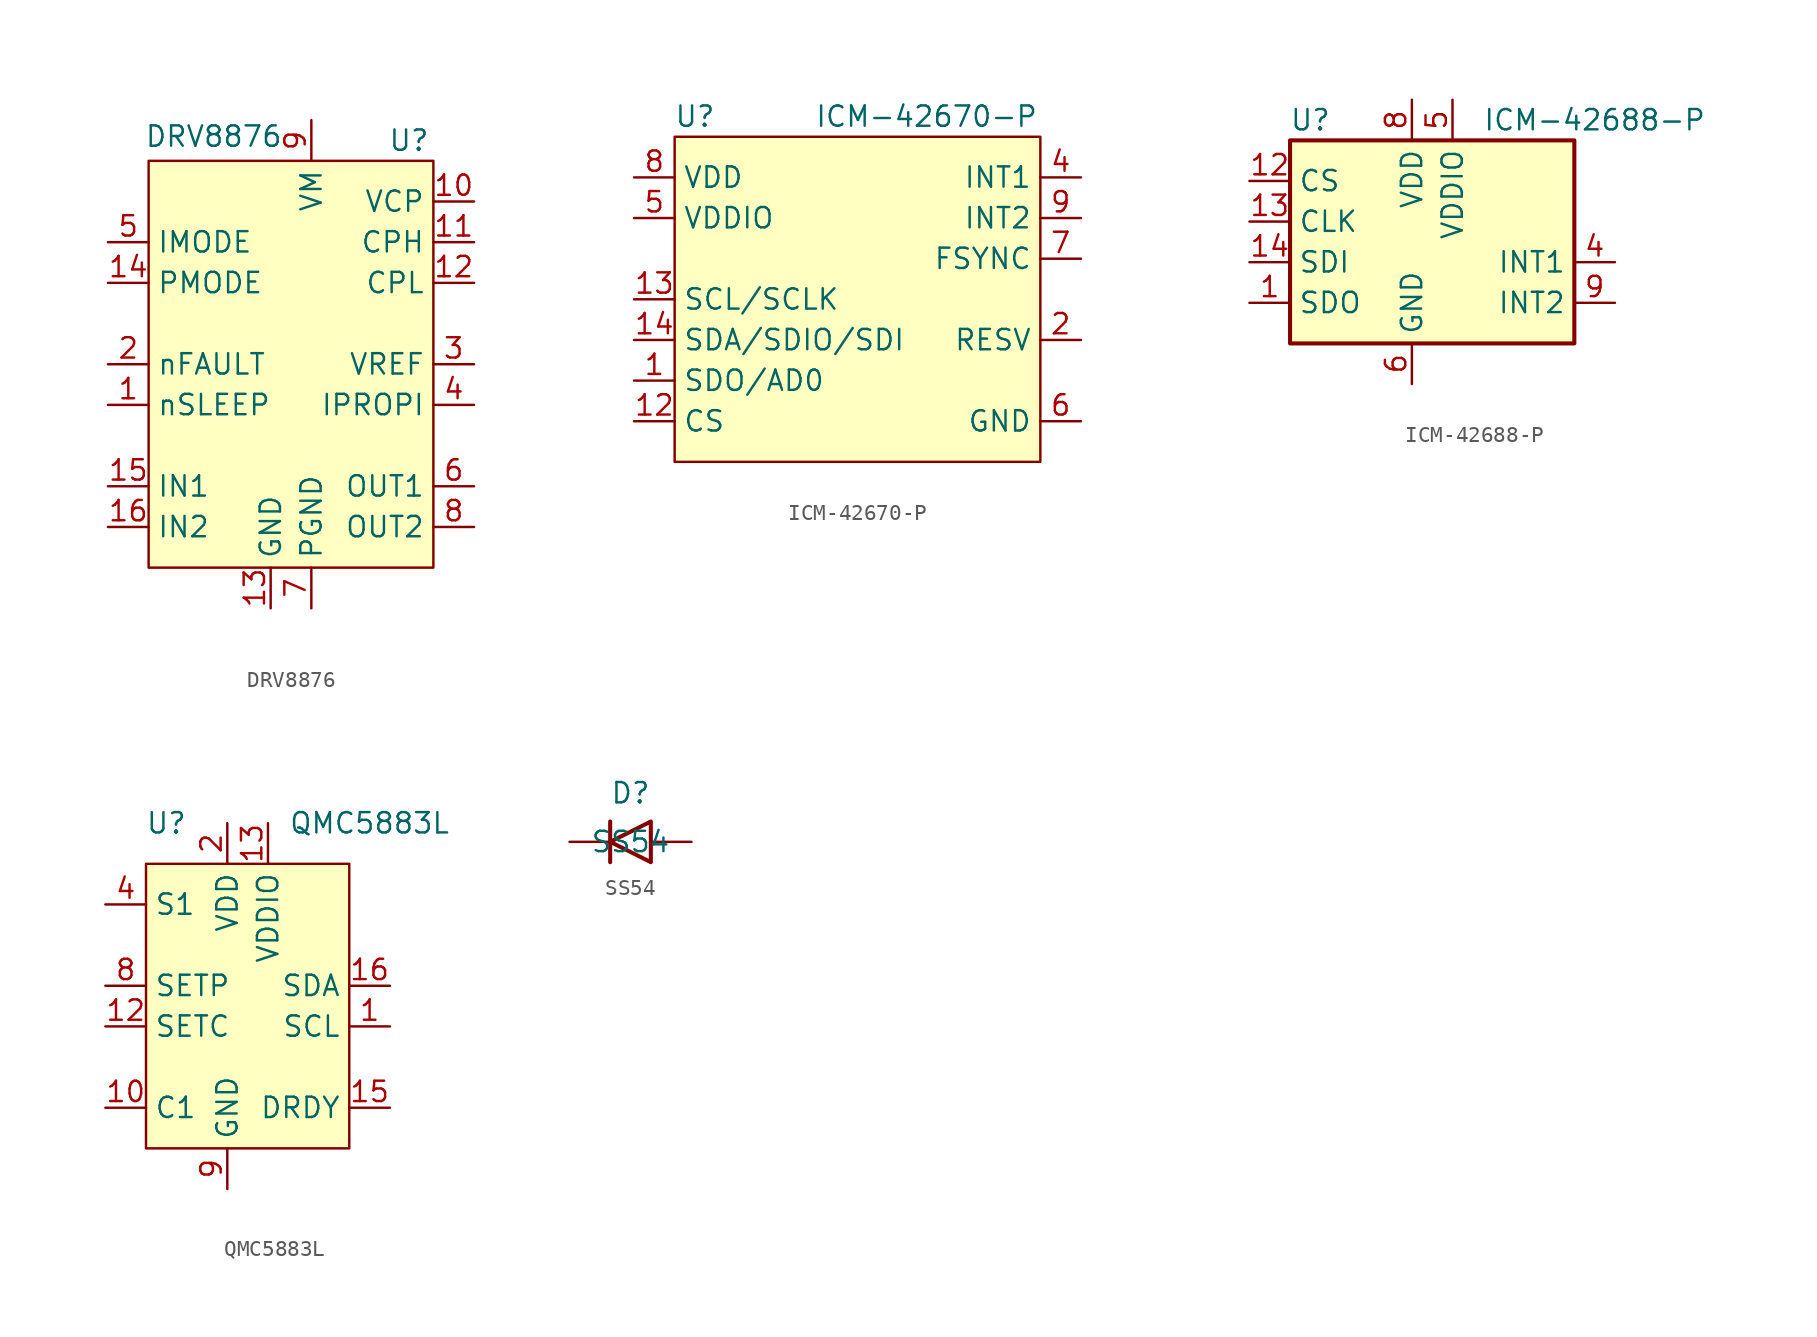
<source format=kicad_sym>
(kicad_symbol_lib
  (version 20231120)
  (generator "kicad_symbol_editor")
  (generator_version "8.0")
  (symbol "DRV8876"
    (property "Reference" "U"
      (at 16.256 3.81 0)
      (effects (font (size 1.27 1.27))))
    (property "Value" "DRV8876"
      (at 4.064 4.064 0)
      (effects (font (size 1.27 1.27))))
    (symbol "DRV8876_1_1"
      (rectangle (start 0 2.54) (end 17.78 -22.86) (stroke (width 0) (type default)) (fill (type background)))
      (pin input line (at -2.54 -12.7 0) (length 2.54) (name "nSLEEP" (effects (font (size 1.27 1.27)))) (number "1" (effects (font (size 1.27 1.27)))))
      (pin power_out line (at 20.32 0 180) (length 2.54) (name "VCP" (effects (font (size 1.27 1.27)))) (number "10" (effects (font (size 1.27 1.27)))))
      (pin passive line (at 20.32 -2.54 180) (length 2.54) (name "CPH" (effects (font (size 1.27 1.27)))) (number "11" (effects (font (size 1.27 1.27)))))
      (pin passive line (at 20.32 -5.08 180) (length 2.54) (name "CPL" (effects (font (size 1.27 1.27)))) (number "12" (effects (font (size 1.27 1.27)))))
      (pin power_in line (at 7.62 -25.4 90) (length 2.54) (name "GND" (effects (font (size 1.27 1.27)))) (number "13" (effects (font (size 1.27 1.27)))))
      (pin input line (at -2.54 -5.08 0) (length 2.54) (name "PMODE" (effects (font (size 1.27 1.27)))) (number "14" (effects (font (size 1.27 1.27)))))
      (pin input line (at -2.54 -17.78 0) (length 2.54) (name "IN1" (effects (font (size 1.27 1.27)))) (number "15" (effects (font (size 1.27 1.27)))))
      (pin input line (at -2.54 -20.32 0) (length 2.54) (name "IN2" (effects (font (size 1.27 1.27)))) (number "16" (effects (font (size 1.27 1.27)))))
      (pin passive line (at 7.62 -25.4 90) (length 2.54) hide (name "PAD" (effects (font (size 1.27 1.27)))) (number "17" (effects (font (size 1.27 1.27)))))
      (pin open_collector line (at -2.54 -10.16 0) (length 2.54) (name "nFAULT" (effects (font (size 1.27 1.27)))) (number "2" (effects (font (size 1.27 1.27)))))
      (pin input line (at 20.32 -10.16 180) (length 2.54) (name "VREF" (effects (font (size 1.27 1.27)))) (number "3" (effects (font (size 1.27 1.27)))))
      (pin output line (at 20.32 -12.7 180) (length 2.54) (name "IPROPI" (effects (font (size 1.27 1.27)))) (number "4" (effects (font (size 1.27 1.27)))))
      (pin input line (at -2.54 -2.54 0) (length 2.54) (name "IMODE" (effects (font (size 1.27 1.27)))) (number "5" (effects (font (size 1.27 1.27)))))
      (pin output line (at 20.32 -17.78 180) (length 2.54) (name "OUT1" (effects (font (size 1.27 1.27)))) (number "6" (effects (font (size 1.27 1.27)))))
      (pin power_in line (at 10.16 -25.4 90) (length 2.54) (name "PGND" (effects (font (size 1.27 1.27)))) (number "7" (effects (font (size 1.27 1.27)))))
      (pin output line (at 20.32 -20.32 180) (length 2.54) (name "OUT2" (effects (font (size 1.27 1.27)))) (number "8" (effects (font (size 1.27 1.27)))))
      (pin power_in line (at 10.16 5.08 270) (length 2.54) (name "VM" (effects (font (size 1.27 1.27)))) (number "9" (effects (font (size 1.27 1.27)))))))
  (symbol "ICM-42670-P"
    (property "Reference" "U"
      (at 1.27 1.27 0)
      (effects (font (size 1.27 1.27))))
    (property "Value" "ICM-42670-P"
      (at 15.748 1.27 0)
      (effects (font (size 1.27 1.27))))
    (symbol "ICM-42670-P_1_1"
      (rectangle (start 0 0) (end 22.86 -20.32) (stroke (width 0) (type default)) (fill (type background)))
      (pin bidirectional line (at -2.54 -15.24 0) (length 2.54) (name "SDO/AD0" (effects (font (size 1.27 1.27)))) (number "1" (effects (font (size 1.27 1.27)))))
      (pin passive line (at 25.4 -12.7 180) (length 2.54) hide (name "RESV" (effects (font (size 1.27 1.27)))) (number "10" (effects (font (size 1.27 1.27)))))
      (pin passive line (at 25.4 -12.7 180) (length 2.54) hide (name "RESV" (effects (font (size 1.27 1.27)))) (number "11" (effects (font (size 1.27 1.27)))))
      (pin input line (at -2.54 -17.78 0) (length 2.54) (name "CS" (effects (font (size 1.27 1.27)))) (number "12" (effects (font (size 1.27 1.27)))))
      (pin input line (at -2.54 -10.16 0) (length 2.54) (name "SCL/SCLK" (effects (font (size 1.27 1.27)))) (number "13" (effects (font (size 1.27 1.27)))))
      (pin bidirectional line (at -2.54 -12.7 0) (length 2.54) (name "SDA/SDIO/SDI" (effects (font (size 1.27 1.27)))) (number "14" (effects (font (size 1.27 1.27)))))
      (pin passive line (at 25.4 -12.7 180) (length 2.54) (name "RESV" (effects (font (size 1.27 1.27)))) (number "2" (effects (font (size 1.27 1.27)))))
      (pin passive line (at 25.4 -12.7 180) (length 2.54) hide (name "RESV" (effects (font (size 1.27 1.27)))) (number "3" (effects (font (size 1.27 1.27)))))
      (pin output line (at 25.4 -2.54 180) (length 2.54) (name "INT1" (effects (font (size 1.27 1.27)))) (number "4" (effects (font (size 1.27 1.27)))))
      (pin input line (at -2.54 -5.08 0) (length 2.54) (name "VDDIO" (effects (font (size 1.27 1.27)))) (number "5" (effects (font (size 1.27 1.27)))))
      (pin power_in line (at 25.4 -17.78 180) (length 2.54) (name "GND" (effects (font (size 1.27 1.27)))) (number "6" (effects (font (size 1.27 1.27)))))
      (pin input line (at 25.4 -7.62 180) (length 2.54) (name "FSYNC" (effects (font (size 1.27 1.27)))) (number "7" (effects (font (size 1.27 1.27)))))
      (pin power_in line (at -2.54 -2.54 0) (length 2.54) (name "VDD" (effects (font (size 1.27 1.27)))) (number "8" (effects (font (size 1.27 1.27)))))
      (pin output line (at 25.4 -5.08 180) (length 2.54) (name "INT2" (effects (font (size 1.27 1.27)))) (number "9" (effects (font (size 1.27 1.27)))))))
  (symbol "ICM-42688-P"
    (property "Reference" "U"
      (at 1.27 1.27 0)
      (effects (font (size 1.27 1.27))))
    (property "Value" "ICM-42688-P"
      (at 19.05 1.27 0)
      (effects (font (size 1.27 1.27))))
    (symbol "ICM-42688-P_0_1"
      (rectangle (start 0 0) (end 17.78 -12.7) (stroke (width 0.254) (type default)) (fill (type background))))
    (symbol "ICM-42688-P_1_1"
      (pin output line (at -2.54 -10.16 0) (length 2.54) (name "SDO" (effects (font (size 1.27 1.27)))) (number "1" (effects (font (size 1.27 1.27)))))
      (pin no_connect line (at 20.32 -3.81 180) (length 2.54) hide (name "RESV" (effects (font (size 1.27 1.27)))) (number "10" (effects (font (size 1.27 1.27)))))
      (pin passive line (at 7.62 -15.24 90) (length 2.54) hide (name "RESV" (effects (font (size 1.27 1.27)))) (number "11" (effects (font (size 1.27 1.27)))))
      (pin input line (at -2.54 -2.54 0) (length 2.54) (name "CS" (effects (font (size 1.27 1.27)))) (number "12" (effects (font (size 1.27 1.27)))))
      (pin input line (at -2.54 -5.08 0) (length 2.54) (name "CLK" (effects (font (size 1.27 1.27)))) (number "13" (effects (font (size 1.27 1.27)))))
      (pin input line (at -2.54 -7.62 0) (length 2.54) (name "SDI" (effects (font (size 1.27 1.27)))) (number "14" (effects (font (size 1.27 1.27)))))
      (pin no_connect line (at 20.32 -1.27 180) (length 2.54) hide (name "RESV" (effects (font (size 1.27 1.27)))) (number "2" (effects (font (size 1.27 1.27)))))
      (pin no_connect line (at 20.32 -2.54 180) (length 2.54) hide (name "RESV" (effects (font (size 1.27 1.27)))) (number "3" (effects (font (size 1.27 1.27)))))
      (pin output line (at 20.32 -7.62 180) (length 2.54) (name "INT1" (effects (font (size 1.27 1.27)))) (number "4" (effects (font (size 1.27 1.27)))))
      (pin power_in line (at 10.16 2.54 270) (length 2.54) (name "VDDIO" (effects (font (size 1.27 1.27)))) (number "5" (effects (font (size 1.27 1.27)))))
      (pin power_in line (at 7.62 -15.24 90) (length 2.54) (name "GND" (effects (font (size 1.27 1.27)))) (number "6" (effects (font (size 1.27 1.27)))))
      (pin passive line (at 7.62 -15.24 90) (length 2.54) hide (name "RESV" (effects (font (size 1.27 1.27)))) (number "7" (effects (font (size 1.27 1.27)))))
      (pin power_in line (at 7.62 2.54 270) (length 2.54) (name "VDD" (effects (font (size 1.27 1.27)))) (number "8" (effects (font (size 1.27 1.27)))))
      (pin output line (at 20.32 -10.16 180) (length 2.54) (name "INT2" (effects (font (size 1.27 1.27)))) (number "9" (effects (font (size 1.27 1.27)))))))
  (symbol "QMC5883L"
    (property "Reference" "U"
      (at 1.27 2.54 0)
      (effects (font (size 1.27 1.27))))
    (property "Value" "QMC5883L"
      (at 13.97 2.54 0)
      (effects (font (size 1.27 1.27))))
    (symbol "QMC5883L_1_1"
      (rectangle (start 0 0) (end 12.7 -17.78) (stroke (width 0) (type default)) (fill (type background)))
      (pin input line (at 15.24 -10.16 180) (length 2.54) (name "SCL" (effects (font (size 1.27 1.27)))) (number "1" (effects (font (size 1.27 1.27)))))
      (pin passive line (at -2.54 -15.24 0) (length 2.54) (name "C1" (effects (font (size 1.27 1.27)))) (number "10" (effects (font (size 1.27 1.27)))))
      (pin power_in line (at 5.08 -20.32 90) (length 2.54) hide (name "GND" (effects (font (size 1.27 1.27)))) (number "11" (effects (font (size 1.27 1.27)))))
      (pin passive line (at -2.54 -10.16 0) (length 2.54) (name "SETC" (effects (font (size 1.27 1.27)))) (number "12" (effects (font (size 1.27 1.27)))))
      (pin power_in line (at 7.62 2.54 270) (length 2.54) (name "VDDIO" (effects (font (size 1.27 1.27)))) (number "13" (effects (font (size 1.27 1.27)))))
      (pin no_connect line (at 15.24 -6.35 180) (length 2.54) hide (name "NC" (effects (font (size 1.27 1.27)))) (number "14" (effects (font (size 1.27 1.27)))))
      (pin output line (at 15.24 -15.24 180) (length 2.54) (name "DRDY" (effects (font (size 1.27 1.27)))) (number "15" (effects (font (size 1.27 1.27)))))
      (pin bidirectional line (at 15.24 -7.62 180) (length 2.54) (name "SDA" (effects (font (size 1.27 1.27)))) (number "16" (effects (font (size 1.27 1.27)))))
      (pin power_in line (at 5.08 2.54 270) (length 2.54) (name "VDD" (effects (font (size 1.27 1.27)))) (number "2" (effects (font (size 1.27 1.27)))))
      (pin no_connect line (at 15.24 -1.27 180) (length 2.54) hide (name "NC" (effects (font (size 1.27 1.27)))) (number "3" (effects (font (size 1.27 1.27)))))
      (pin passive line (at -2.54 -2.54 0) (length 2.54) (name "S1" (effects (font (size 1.27 1.27)))) (number "4" (effects (font (size 1.27 1.27)))))
      (pin no_connect line (at 15.24 -2.54 180) (length 2.54) hide (name "NC" (effects (font (size 1.27 1.27)))) (number "5" (effects (font (size 1.27 1.27)))))
      (pin no_connect line (at 15.24 -3.81 180) (length 2.54) hide (name "NC" (effects (font (size 1.27 1.27)))) (number "6" (effects (font (size 1.27 1.27)))))
      (pin no_connect line (at 15.24 -5.08 180) (length 2.54) hide (name "NC" (effects (font (size 1.27 1.27)))) (number "7" (effects (font (size 1.27 1.27)))))
      (pin passive line (at -2.54 -7.62 0) (length 2.54) (name "SETP" (effects (font (size 1.27 1.27)))) (number "8" (effects (font (size 1.27 1.27)))))
      (pin power_in line (at 5.08 -20.32 90) (length 2.54) (name "GND" (effects (font (size 1.27 1.27)))) (number "9" (effects (font (size 1.27 1.27)))))))
  (symbol "SS54"
    (pin_numbers hide)
    (pin_names
      (offset 0) hide)
    (property "Reference" "D"
      (at 0 3.048 0)
      (effects (font (size 1.27 1.27))))
    (property "Value" "SS54"
      (at 0 0 0)
      (effects (font (size 1.27 1.27))))
    (symbol "SS54_0_1"
      (polyline (pts (xy -1.27 1.27) (xy -1.27 -1.27)) (stroke (width 0.254) (type default)) (fill (type none)))
      (polyline (pts (xy 1.27 1.27) (xy 1.27 -1.27) (xy -1.27 0) (xy 1.27 1.27)) (stroke (width 0.254) (type default)) (fill (type none))))
    (symbol "SS54_1_1"
      (pin passive line (at -3.81 0 0) (length 2.54) (name "K" (effects (font (size 1.27 1.27)))) (number "1" (effects (font (size 1.27 1.27)))))
      (pin passive line (at 3.81 0 180) (length 2.54) (name "A" (effects (font (size 1.27 1.27)))) (number "2" (effects (font (size 1.27 1.27))))))))
</source>
